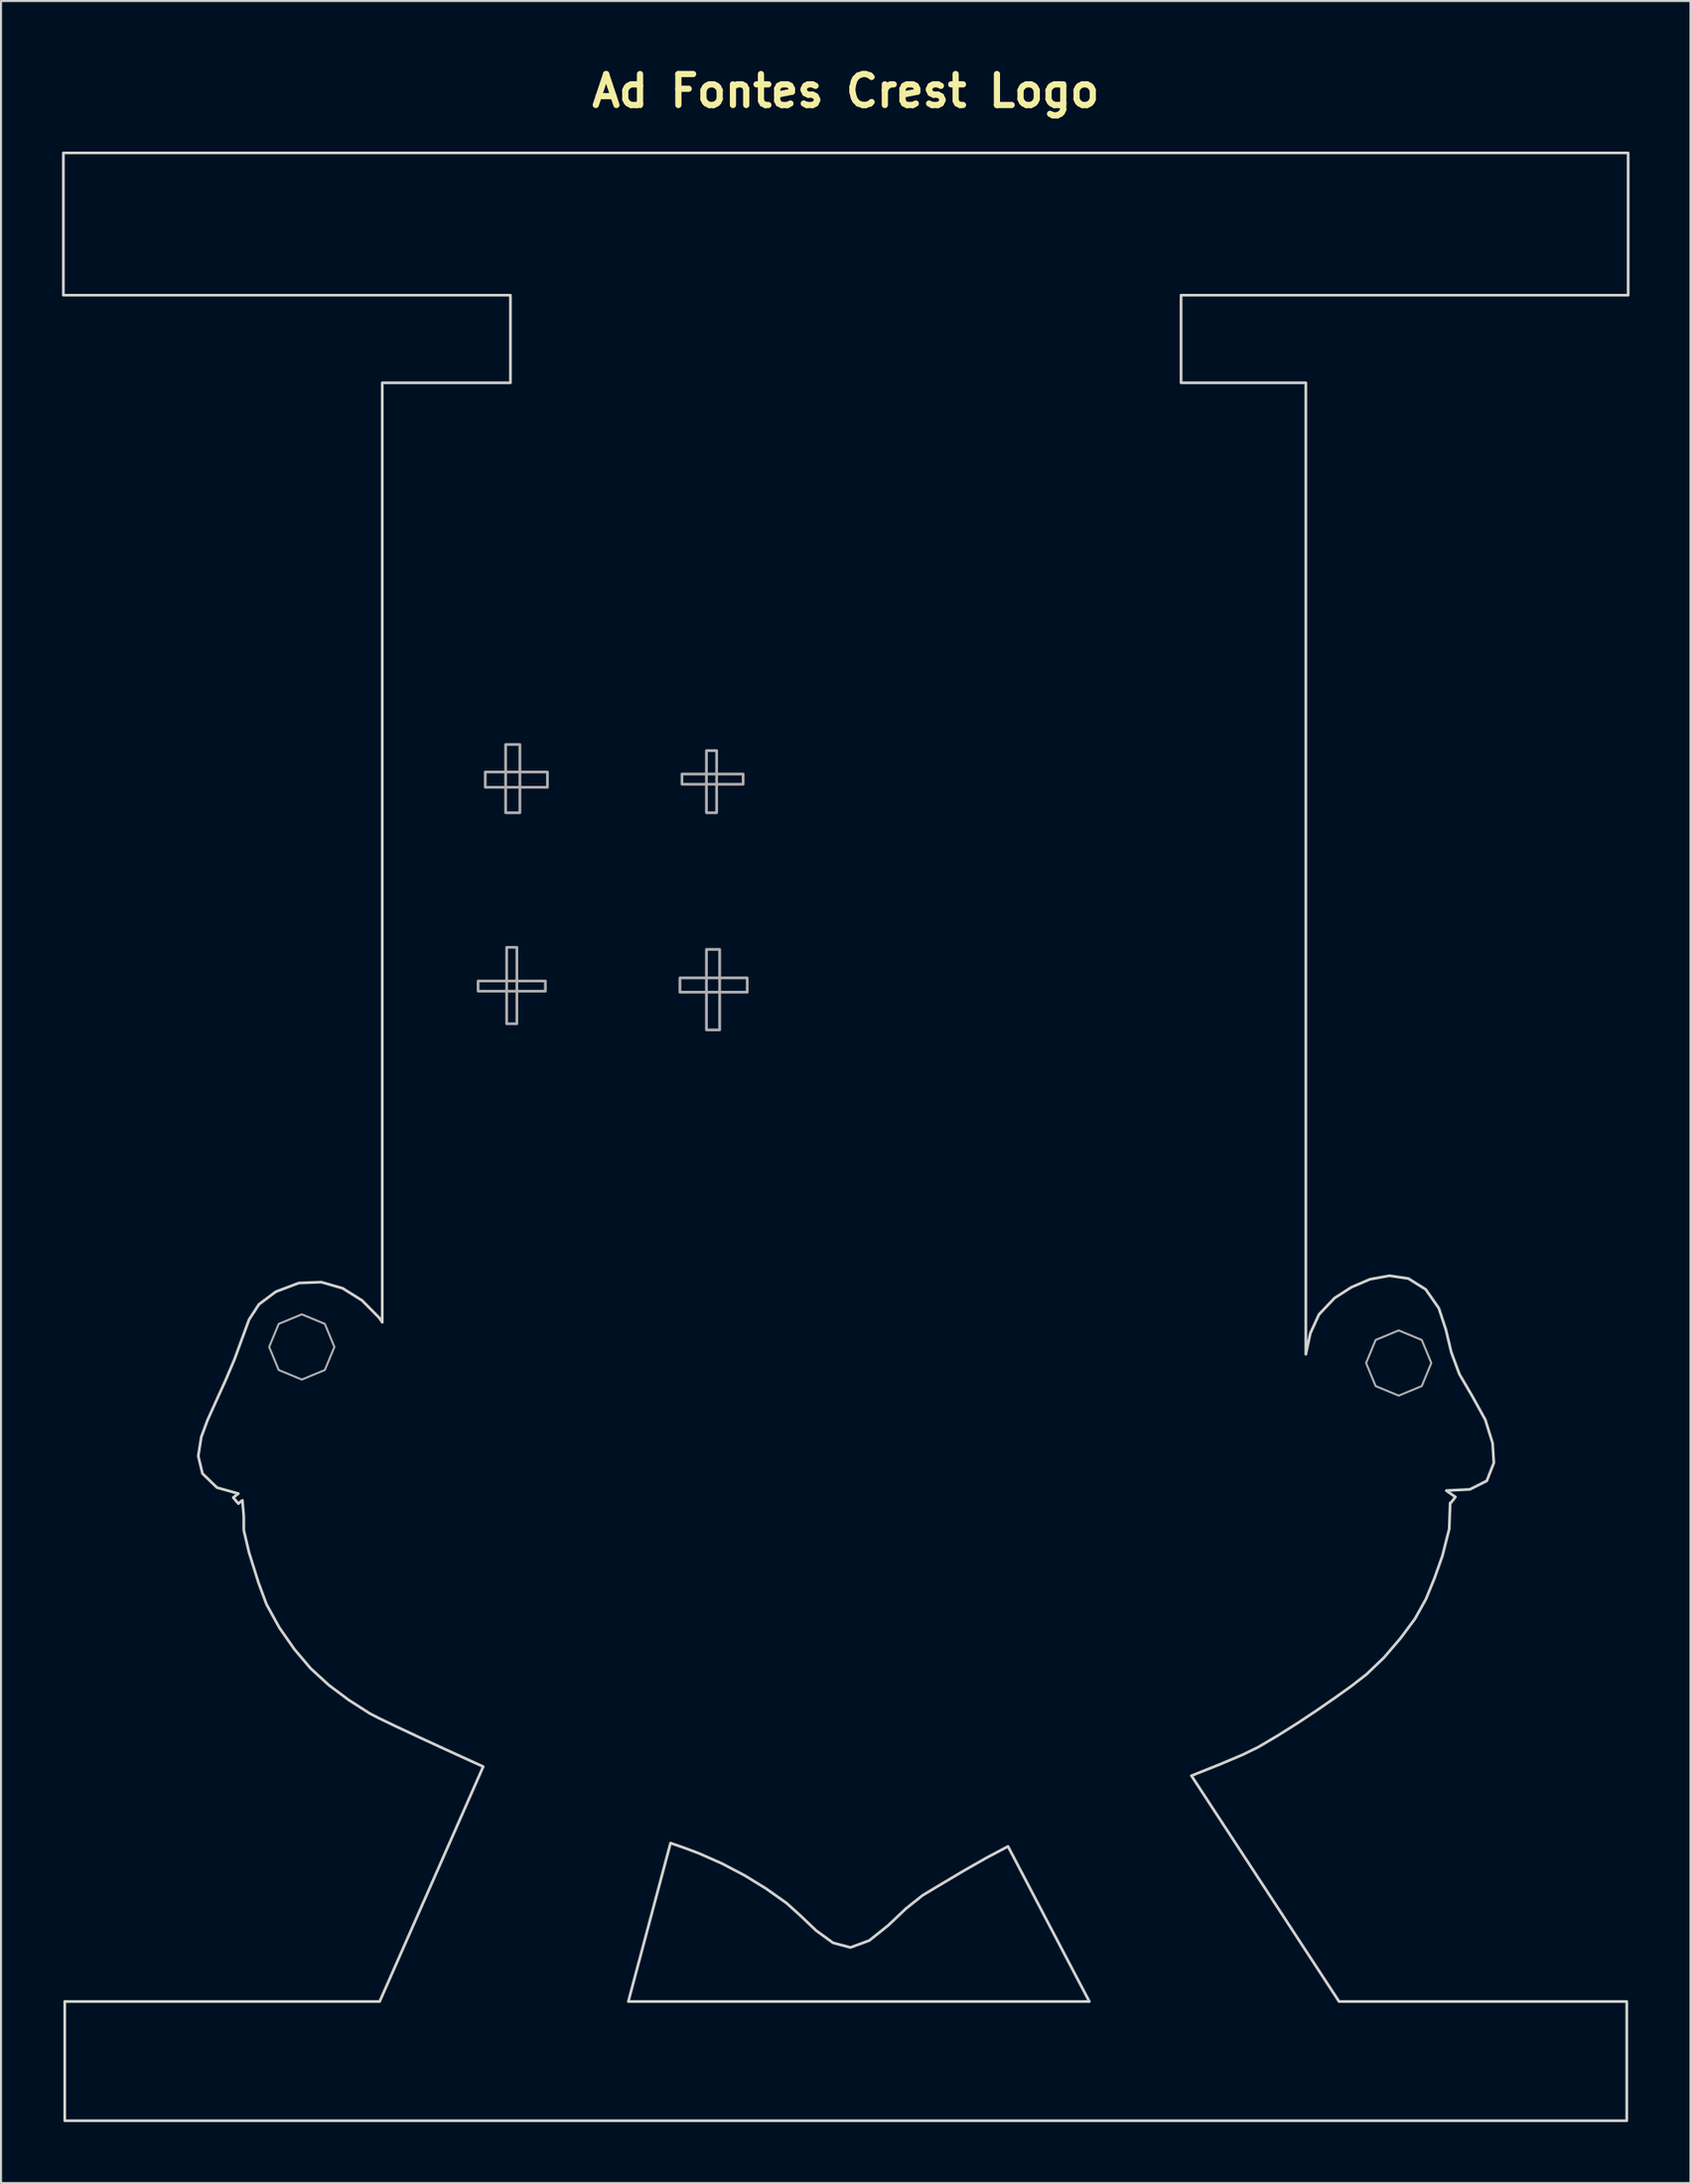
<source format=kicad_pcb>
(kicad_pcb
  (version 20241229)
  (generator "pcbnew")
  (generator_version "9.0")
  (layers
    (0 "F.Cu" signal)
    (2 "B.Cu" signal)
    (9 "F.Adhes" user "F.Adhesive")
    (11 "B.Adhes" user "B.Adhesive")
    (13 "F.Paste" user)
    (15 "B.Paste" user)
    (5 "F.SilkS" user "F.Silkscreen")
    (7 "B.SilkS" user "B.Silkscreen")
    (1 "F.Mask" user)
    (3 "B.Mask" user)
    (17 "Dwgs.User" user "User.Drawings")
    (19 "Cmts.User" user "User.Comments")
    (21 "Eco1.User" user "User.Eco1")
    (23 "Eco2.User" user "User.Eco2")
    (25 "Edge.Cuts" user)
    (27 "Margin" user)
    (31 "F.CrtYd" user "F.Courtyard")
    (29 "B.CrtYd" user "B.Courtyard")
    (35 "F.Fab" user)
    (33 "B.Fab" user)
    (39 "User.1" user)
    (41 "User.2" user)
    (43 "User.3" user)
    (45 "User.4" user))
  (footprint "Ad Fontes Crest Logo"
    (layer "F.Cu")
    (at 38.568 52.886)
    (property "Reference" "Ad Fontes Crest Logo" (at 0 -51.459 0) (layer "F.SilkS") (effects (font (size 1.524 1.524) (thickness 0.305))))
    (attr exclude_from_pos_files exclude_from_bom)
    (fp_poly (pts (xy -8.623 34.749) (xy -7.935 34.988) (xy -7.246 35.247) (xy -6.103 35.751) (xy -4.997 36.331) (xy -3.932 36.984) (xy -2.913 37.705) (xy -2.231 38.32) (xy -1.458 39.055) (xy -0.625 39.66) (xy 0.233 39.887) (xy 1.157 39.545) (xy 2.08 38.809) (xy 2.965 37.971) (xy 3.781 37.322) (xy 4.82 36.699) (xy 5.862 36.081) (xy 6.914 35.481) (xy 7.984 34.914) (xy 11.986 42.546) (xy -10.699 42.546) (xy -8.623 34.749)) (stroke (width 0.135) (type solid)) (fill no) (layer "Edge.Cuts"))
    (fp_poly (pts (xy -38.5 -48.411) (xy -38.5 -41.411) (xy -16.5 -41.411) (xy -16.5 -37.101) (xy -22.809 -37.101) (xy -22.809 -35.014) (xy -22.809 4.896) (xy -22.809 9.125) (xy -22.95 8.913) (xy -23.799 8.053) (xy -24.761 7.451) (xy -25.808 7.15) (xy -26.913 7.193) (xy -28.046 7.621) (xy -28.879 8.247) (xy -29.361 8.991) (xy -29.716 9.956) (xy -30.088 10.969) (xy -30.512 11.965) (xy -30.961 12.952) (xy -31.405 13.937) (xy -31.713 14.77) (xy -31.862 15.707) (xy -31.655 16.568) (xy -30.941 17.259) (xy -29.89 17.554) (xy -30.141 17.751) (xy -29.891 18.046) (xy -29.691 17.888) (xy -29.624 18.657) (xy -29.622 19.354) (xy -29.365 20.45) (xy -28.9 21.935) (xy -28.505 23.003) (xy -27.876 24.146) (xy -27.129 25.217) (xy -26.333 26.156) (xy -25.434 26.98) (xy -24.456 27.711) (xy -23.424 28.372) (xy -22.981 28.601) (xy -22.108 29.02) (xy -20.899 29.587) (xy -19.445 30.257) (xy -17.84 30.988) (xy -22.936 42.546) (xy -38.432 42.546) (xy -38.432 48.411) (xy 38.432 48.411) (xy 38.432 42.546) (xy 24.274 42.546) (xy 17.01 31.436) (xy 18.375 30.892) (xy 19.52 30.408) (xy 20.291 30.033) (xy 21.263 29.458) (xy 22.22 28.856) (xy 23.162 28.232) (xy 24.091 27.589) (xy 24.867 27.035) (xy 25.62 26.451) (xy 26.476 25.632) (xy 27.297 24.673) (xy 28.008 23.718) (xy 28.551 22.743) (xy 28.974 21.708) (xy 29.361 20.616) (xy 29.696 19.289) (xy 29.741 18.012) (xy 29.76 18.026) (xy 30.001 17.722) (xy 29.555 17.409) (xy 29.553 17.405) (xy 30.712 17.347) (xy 31.544 16.927) (xy 31.89 16.044) (xy 31.83 15.076) (xy 31.471 13.921) (xy 30.824 12.752) (xy 30.196 11.678) (xy 29.796 10.599) (xy 29.531 9.49) (xy 29.184 8.433) (xy 28.539 7.508) (xy 27.687 6.973) (xy 26.756 6.835) (xy 25.803 7.007) (xy 24.884 7.4) (xy 24.056 7.93) (xy 23.287 8.739) (xy 22.859 9.674) (xy 22.639 10.697) (xy 22.639 4.896) (xy 22.639 -37.101) (xy 16.5 -37.101) (xy 16.5 -41.411) (xy 38.5 -41.411) (xy 38.5 -48.411) (xy -38.5 -48.411)) (stroke (width 0.135) (type solid)) (fill no) (layer "Edge.Cuts"))
    (fp_poly (pts (xy -18.091 -7.668) (xy -18.091 -7.167) (xy -14.781 -7.167) (xy -14.781 -7.668) (xy -18.091 -7.668)) (stroke (width 0.135) (type solid)) (fill no) (layer "F.Fab"))
    (fp_poly (pts (xy -17.74 -17.951) (xy -17.74 -17.199) (xy -14.68 -17.199) (xy -14.68 -17.951) (xy -17.74 -17.951)) (stroke (width 0.135) (type solid)) (fill no) (layer "F.Fab"))
    (fp_poly (pts (xy -16.737 -19.305) (xy -16.737 -15.945) (xy -16.035 -15.945) (xy -16.035 -19.305) (xy -16.737 -19.305)) (stroke (width 0.135) (type solid)) (fill no) (layer "F.Fab"))
    (fp_poly (pts (xy -16.687 -9.324) (xy -16.687 -5.562) (xy -16.185 -5.562) (xy -16.185 -9.324) (xy -16.687 -9.324)) (stroke (width 0.135) (type solid)) (fill no) (layer "F.Fab"))
    (fp_poly (pts (xy -8.16 -7.819) (xy -8.16 -7.116) (xy -4.849 -7.116) (xy -4.849 -7.819) (xy -8.16 -7.819)) (stroke (width 0.135) (type solid)) (fill no) (layer "F.Fab"))
    (fp_poly (pts (xy -8.06 -17.851) (xy -8.06 -17.349) (xy -5.05 -17.349) (xy -5.05 -17.851) (xy -8.06 -17.851)) (stroke (width 0.135) (type solid)) (fill no) (layer "F.Fab"))
    (fp_poly (pts (xy -6.856 -19.004) (xy -6.856 -15.945) (xy -6.354 -15.945) (xy -6.354 -19.004) (xy -6.856 -19.004)) (stroke (width 0.135) (type solid)) (fill no) (layer "F.Fab"))
    (fp_poly (pts (xy -6.856 -9.223) (xy -6.856 -5.261) (xy -6.204 -5.261) (xy -6.204 -9.223) (xy -6.856 -9.223)) (stroke (width 0.135) (type solid)) (fill no) (layer "F.Fab"))
    (fp_poly (pts (xy -25.163 10.339) (xy -25.633 11.474) (xy -26.768 11.944) (xy -27.903 11.474) (xy -28.373 10.339) (xy -27.903 9.204) (xy -26.768 8.734) (xy -25.633 9.204) (xy -25.163 10.339)) (stroke (width 0.1) (type solid)) (fill no) (layer "F.Fab"))
    (fp_poly (pts (xy 28.814 11.13) (xy 28.344 12.265) (xy 27.209 12.735) (xy 26.074 12.265) (xy 25.604 11.13) (xy 26.074 9.995) (xy 27.209 9.525) (xy 28.344 9.995) (xy 28.814 11.13)) (stroke (width 0.1) (type solid)) (fill no) (layer "F.Fab")))
  (gr_rect
    (start -3 -3)
    (end 80.135 104.365)
    (stroke (width 0.1) (type default))
    (fill no)
    (layer "Edge.Cuts")))
</source>
